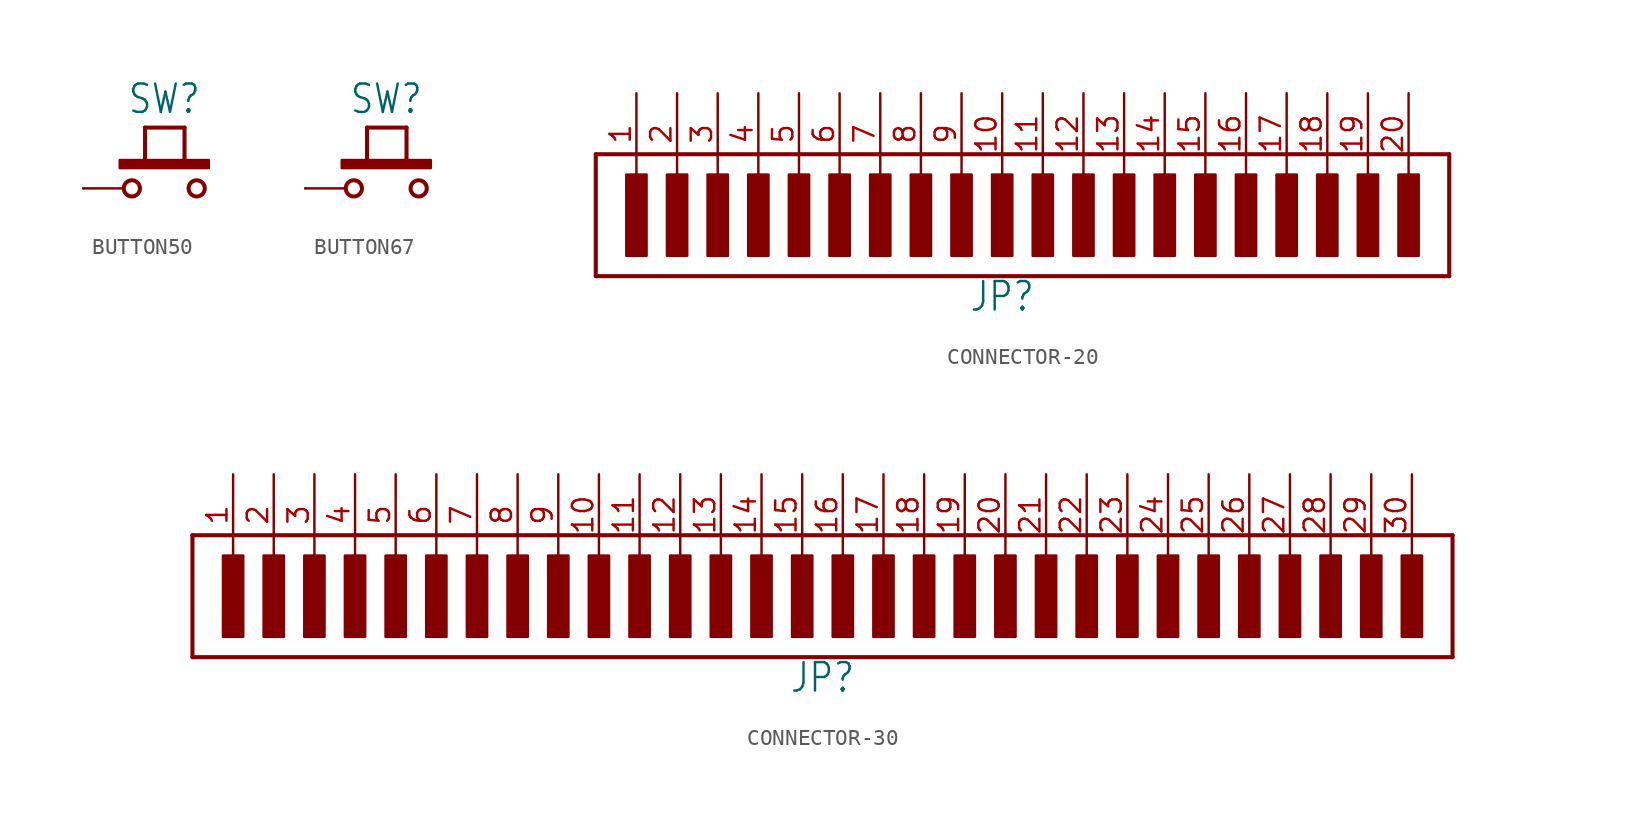
<source format=kicad_sym>
(kicad_symbol_lib
  (version 20231120)
  (generator "kicad_symbol_editor")
  (generator_version "8.0")
  (symbol "BUTTON50"
    (property "Reference" "SW"
      (at 0 4.572 0)
      (effects (font (size 1.778 1.511)) (justify bottom)))
    (property "Value" ""
      (at 0 -1.27 0)
      (effects (font (size 1.778 1.511)) (justify top)))
    (property "ki_locked" ""
      (at 0 0 0)
      (effects (font (size 1.27 1.27))))
    (symbol "BUTTON50_1_0"
      (rectangle (start -2.794 1.27) (end 2.794 1.778) (stroke (width 0) (type default)) (fill (type outline)))
      (circle (center -2.032 0) (radius 0.508) (stroke (width 0.254) (type solid)) (fill (type none)))
      (polyline (pts (xy -5.08 0) (xy -2.54 0)) (stroke (width 0.152) (type solid)) (fill (type none)))
      (polyline (pts (xy -1.206 1.524) (xy -1.206 3.81)) (stroke (width 0.254) (type solid)) (fill (type none)))
      (polyline (pts (xy -1.206 3.81) (xy 1.27 3.81)) (stroke (width 0.254) (type solid)) (fill (type none)))
      (polyline (pts (xy 1.27 3.81) (xy 1.27 1.524)) (stroke (width 0.254) (type solid)) (fill (type none)))
      (circle (center 2.032 0) (radius 0.508) (stroke (width 0.254) (type solid)) (fill (type none)))
      (pin passive line (at -5.08 0 0) (length 0) (name "1" (effects (font (size 0 0)))) (number "T" (effects (font (size 0 0)))))))
  (symbol "BUTTON67"
    (property "Reference" "SW"
      (at 0 4.572 0)
      (effects (font (size 1.778 1.511)) (justify bottom)))
    (property "Value" ""
      (at 0 -1.27 0)
      (effects (font (size 1.778 1.511)) (justify top)))
    (property "ki_locked" ""
      (at 0 0 0)
      (effects (font (size 1.27 1.27))))
    (symbol "BUTTON67_1_0"
      (rectangle (start -2.794 1.27) (end 2.794 1.778) (stroke (width 0) (type default)) (fill (type outline)))
      (circle (center -2.032 0) (radius 0.508) (stroke (width 0.254) (type solid)) (fill (type none)))
      (polyline (pts (xy -5.08 0) (xy -2.54 0)) (stroke (width 0.152) (type solid)) (fill (type none)))
      (polyline (pts (xy -1.206 1.524) (xy -1.206 3.81)) (stroke (width 0.254) (type solid)) (fill (type none)))
      (polyline (pts (xy -1.206 3.81) (xy 1.27 3.81)) (stroke (width 0.254) (type solid)) (fill (type none)))
      (polyline (pts (xy 1.27 3.81) (xy 1.27 1.524)) (stroke (width 0.254) (type solid)) (fill (type none)))
      (circle (center 2.032 0) (radius 0.508) (stroke (width 0.254) (type solid)) (fill (type none)))
      (pin passive line (at -5.08 0 0) (length 0) (name "1" (effects (font (size 0 0)))) (number "T" (effects (font (size 0 0)))))))
  (symbol "CONNECTOR-20"
    (property "Reference" "JP"
      (at 0 -5.08 0)
      (effects (font (size 1.778 1.511))))
    (property "ki_locked" ""
      (at 0 0 0)
      (effects (font (size 1.27 1.27))))
    (symbol "CONNECTOR-20_1_0"
      (rectangle (start -23.495 -2.54) (end -22.225 2.54) (stroke (width 0) (type default)) (fill (type outline)))
      (rectangle (start -20.955 -2.54) (end -19.685 2.54) (stroke (width 0) (type default)) (fill (type outline)))
      (rectangle (start -18.415 -2.54) (end -17.145 2.54) (stroke (width 0) (type default)) (fill (type outline)))
      (rectangle (start -15.875 -2.54) (end -14.605 2.54) (stroke (width 0) (type default)) (fill (type outline)))
      (rectangle (start -13.335 -2.54) (end -12.065 2.54) (stroke (width 0) (type default)) (fill (type outline)))
      (rectangle (start -10.795 -2.54) (end -9.525 2.54) (stroke (width 0) (type default)) (fill (type outline)))
      (rectangle (start -8.255 -2.54) (end -6.985 2.54) (stroke (width 0) (type default)) (fill (type outline)))
      (rectangle (start -5.715 -2.54) (end -4.445 2.54) (stroke (width 0) (type default)) (fill (type outline)))
      (rectangle (start -3.175 -2.54) (end -1.905 2.54) (stroke (width 0) (type default)) (fill (type outline)))
      (rectangle (start -0.635 -2.54) (end 0.635 2.54) (stroke (width 0) (type default)) (fill (type outline)))
      (polyline (pts (xy -25.4 -3.81) (xy -25.4 3.81)) (stroke (width 0.254) (type solid)) (fill (type none)))
      (polyline (pts (xy -25.4 3.81) (xy 27.94 3.81)) (stroke (width 0.254) (type solid)) (fill (type none)))
      (polyline (pts (xy 27.94 -3.81) (xy -25.4 -3.81)) (stroke (width 0.254) (type solid)) (fill (type none)))
      (polyline (pts (xy 27.94 3.81) (xy 27.94 -3.81)) (stroke (width 0.254) (type solid)) (fill (type none)))
      (rectangle (start 1.905 -2.54) (end 3.175 2.54) (stroke (width 0) (type default)) (fill (type outline)))
      (rectangle (start 4.445 -2.54) (end 5.715 2.54) (stroke (width 0) (type default)) (fill (type outline)))
      (rectangle (start 6.985 -2.54) (end 8.255 2.54) (stroke (width 0) (type default)) (fill (type outline)))
      (rectangle (start 9.525 -2.54) (end 10.795 2.54) (stroke (width 0) (type default)) (fill (type outline)))
      (rectangle (start 12.065 -2.54) (end 13.335 2.54) (stroke (width 0) (type default)) (fill (type outline)))
      (rectangle (start 14.605 -2.54) (end 15.875 2.54) (stroke (width 0) (type default)) (fill (type outline)))
      (rectangle (start 17.145 -2.54) (end 18.415 2.54) (stroke (width 0) (type default)) (fill (type outline)))
      (rectangle (start 19.685 -2.54) (end 20.955 2.54) (stroke (width 0) (type default)) (fill (type outline)))
      (rectangle (start 22.225 -2.54) (end 23.495 2.54) (stroke (width 0) (type default)) (fill (type outline)))
      (rectangle (start 24.765 -2.54) (end 26.035 2.54) (stroke (width 0) (type default)) (fill (type outline)))
      (pin passive line (at -22.86 7.62 270) (length 5.08) (name "1" (effects (font (size 0 0)))) (number "1" (effects (font (size 1.27 1.27)))))
      (pin passive line (at 0 7.62 270) (length 5.08) (name "10" (effects (font (size 0 0)))) (number "10" (effects (font (size 1.27 1.27)))))
      (pin passive line (at 2.54 7.62 270) (length 5.08) (name "11" (effects (font (size 0 0)))) (number "11" (effects (font (size 1.27 1.27)))))
      (pin passive line (at 5.08 7.62 270) (length 5.08) (name "12" (effects (font (size 0 0)))) (number "12" (effects (font (size 1.27 1.27)))))
      (pin passive line (at 7.62 7.62 270) (length 5.08) (name "13" (effects (font (size 0 0)))) (number "13" (effects (font (size 1.27 1.27)))))
      (pin passive line (at 10.16 7.62 270) (length 5.08) (name "14" (effects (font (size 0 0)))) (number "14" (effects (font (size 1.27 1.27)))))
      (pin passive line (at 12.7 7.62 270) (length 5.08) (name "15" (effects (font (size 0 0)))) (number "15" (effects (font (size 1.27 1.27)))))
      (pin passive line (at 15.24 7.62 270) (length 5.08) (name "16" (effects (font (size 0 0)))) (number "16" (effects (font (size 1.27 1.27)))))
      (pin passive line (at 17.78 7.62 270) (length 5.08) (name "17" (effects (font (size 0 0)))) (number "17" (effects (font (size 1.27 1.27)))))
      (pin passive line (at 20.32 7.62 270) (length 5.08) (name "18" (effects (font (size 0 0)))) (number "18" (effects (font (size 1.27 1.27)))))
      (pin passive line (at 22.86 7.62 270) (length 5.08) (name "19" (effects (font (size 0 0)))) (number "19" (effects (font (size 1.27 1.27)))))
      (pin passive line (at -20.32 7.62 270) (length 5.08) (name "2" (effects (font (size 0 0)))) (number "2" (effects (font (size 1.27 1.27)))))
      (pin passive line (at 25.4 7.62 270) (length 5.08) (name "20" (effects (font (size 0 0)))) (number "20" (effects (font (size 1.27 1.27)))))
      (pin passive line (at -17.78 7.62 270) (length 5.08) (name "3" (effects (font (size 0 0)))) (number "3" (effects (font (size 1.27 1.27)))))
      (pin passive line (at -15.24 7.62 270) (length 5.08) (name "4" (effects (font (size 0 0)))) (number "4" (effects (font (size 1.27 1.27)))))
      (pin passive line (at -12.7 7.62 270) (length 5.08) (name "5" (effects (font (size 0 0)))) (number "5" (effects (font (size 1.27 1.27)))))
      (pin passive line (at -10.16 7.62 270) (length 5.08) (name "6" (effects (font (size 0 0)))) (number "6" (effects (font (size 1.27 1.27)))))
      (pin passive line (at -7.62 7.62 270) (length 5.08) (name "7" (effects (font (size 0 0)))) (number "7" (effects (font (size 1.27 1.27)))))
      (pin passive line (at -5.08 7.62 270) (length 5.08) (name "8" (effects (font (size 0 0)))) (number "8" (effects (font (size 1.27 1.27)))))
      (pin passive line (at -2.54 7.62 270) (length 5.08) (name "9" (effects (font (size 0 0)))) (number "9" (effects (font (size 1.27 1.27)))))))
  (symbol "CONNECTOR-30"
    (property "Reference" "JP"
      (at 1.27 -5.08 0)
      (effects (font (size 1.778 1.511))))
    (property "ki_locked" ""
      (at 0 0 0)
      (effects (font (size 1.27 1.27))))
    (symbol "CONNECTOR-30_1_0"
      (rectangle (start -36.195 -2.54) (end -34.925 2.54) (stroke (width 0) (type default)) (fill (type outline)))
      (rectangle (start -33.655 -2.54) (end -32.385 2.54) (stroke (width 0) (type default)) (fill (type outline)))
      (rectangle (start -31.115 -2.54) (end -29.845 2.54) (stroke (width 0) (type default)) (fill (type outline)))
      (rectangle (start -28.575 -2.54) (end -27.305 2.54) (stroke (width 0) (type default)) (fill (type outline)))
      (rectangle (start -26.035 -2.54) (end -24.765 2.54) (stroke (width 0) (type default)) (fill (type outline)))
      (rectangle (start -23.495 -2.54) (end -22.225 2.54) (stroke (width 0) (type default)) (fill (type outline)))
      (rectangle (start -20.955 -2.54) (end -19.685 2.54) (stroke (width 0) (type default)) (fill (type outline)))
      (rectangle (start -18.415 -2.54) (end -17.145 2.54) (stroke (width 0) (type default)) (fill (type outline)))
      (rectangle (start -15.875 -2.54) (end -14.605 2.54) (stroke (width 0) (type default)) (fill (type outline)))
      (rectangle (start -13.335 -2.54) (end -12.065 2.54) (stroke (width 0) (type default)) (fill (type outline)))
      (rectangle (start -10.795 -2.54) (end -9.525 2.54) (stroke (width 0) (type default)) (fill (type outline)))
      (rectangle (start -8.255 -2.54) (end -6.985 2.54) (stroke (width 0) (type default)) (fill (type outline)))
      (rectangle (start -5.715 -2.54) (end -4.445 2.54) (stroke (width 0) (type default)) (fill (type outline)))
      (rectangle (start -3.175 -2.54) (end -1.905 2.54) (stroke (width 0) (type default)) (fill (type outline)))
      (rectangle (start -0.635 -2.54) (end 0.635 2.54) (stroke (width 0) (type default)) (fill (type outline)))
      (polyline (pts (xy -38.1 -3.81) (xy -38.1 3.81)) (stroke (width 0.254) (type solid)) (fill (type none)))
      (polyline (pts (xy -38.1 3.81) (xy 40.64 3.81)) (stroke (width 0.254) (type solid)) (fill (type none)))
      (polyline (pts (xy 40.64 -3.81) (xy -38.1 -3.81)) (stroke (width 0.254) (type solid)) (fill (type none)))
      (polyline (pts (xy 40.64 3.81) (xy 40.64 -3.81)) (stroke (width 0.254) (type solid)) (fill (type none)))
      (rectangle (start 1.905 -2.54) (end 3.175 2.54) (stroke (width 0) (type default)) (fill (type outline)))
      (rectangle (start 4.445 -2.54) (end 5.715 2.54) (stroke (width 0) (type default)) (fill (type outline)))
      (rectangle (start 6.985 -2.54) (end 8.255 2.54) (stroke (width 0) (type default)) (fill (type outline)))
      (rectangle (start 9.525 -2.54) (end 10.795 2.54) (stroke (width 0) (type default)) (fill (type outline)))
      (rectangle (start 12.065 -2.54) (end 13.335 2.54) (stroke (width 0) (type default)) (fill (type outline)))
      (rectangle (start 14.605 -2.54) (end 15.875 2.54) (stroke (width 0) (type default)) (fill (type outline)))
      (rectangle (start 17.145 -2.54) (end 18.415 2.54) (stroke (width 0) (type default)) (fill (type outline)))
      (rectangle (start 19.685 -2.54) (end 20.955 2.54) (stroke (width 0) (type default)) (fill (type outline)))
      (rectangle (start 22.225 -2.54) (end 23.495 2.54) (stroke (width 0) (type default)) (fill (type outline)))
      (rectangle (start 24.765 -2.54) (end 26.035 2.54) (stroke (width 0) (type default)) (fill (type outline)))
      (rectangle (start 27.305 -2.54) (end 28.575 2.54) (stroke (width 0) (type default)) (fill (type outline)))
      (rectangle (start 29.845 -2.54) (end 31.115 2.54) (stroke (width 0) (type default)) (fill (type outline)))
      (rectangle (start 32.385 -2.54) (end 33.655 2.54) (stroke (width 0) (type default)) (fill (type outline)))
      (rectangle (start 34.925 -2.54) (end 36.195 2.54) (stroke (width 0) (type default)) (fill (type outline)))
      (rectangle (start 37.465 -2.54) (end 38.735 2.54) (stroke (width 0) (type default)) (fill (type outline)))
      (pin passive line (at -35.56 7.62 270) (length 5.08) (name "1" (effects (font (size 0 0)))) (number "1" (effects (font (size 1.27 1.27)))))
      (pin passive line (at -12.7 7.62 270) (length 5.08) (name "10" (effects (font (size 0 0)))) (number "10" (effects (font (size 1.27 1.27)))))
      (pin passive line (at -10.16 7.62 270) (length 5.08) (name "11" (effects (font (size 0 0)))) (number "11" (effects (font (size 1.27 1.27)))))
      (pin passive line (at -7.62 7.62 270) (length 5.08) (name "12" (effects (font (size 0 0)))) (number "12" (effects (font (size 1.27 1.27)))))
      (pin passive line (at -5.08 7.62 270) (length 5.08) (name "13" (effects (font (size 0 0)))) (number "13" (effects (font (size 1.27 1.27)))))
      (pin passive line (at -2.54 7.62 270) (length 5.08) (name "14" (effects (font (size 0 0)))) (number "14" (effects (font (size 1.27 1.27)))))
      (pin passive line (at 0 7.62 270) (length 5.08) (name "15" (effects (font (size 0 0)))) (number "15" (effects (font (size 1.27 1.27)))))
      (pin passive line (at 2.54 7.62 270) (length 5.08) (name "16" (effects (font (size 0 0)))) (number "16" (effects (font (size 1.27 1.27)))))
      (pin passive line (at 5.08 7.62 270) (length 5.08) (name "17" (effects (font (size 0 0)))) (number "17" (effects (font (size 1.27 1.27)))))
      (pin passive line (at 7.62 7.62 270) (length 5.08) (name "18" (effects (font (size 0 0)))) (number "18" (effects (font (size 1.27 1.27)))))
      (pin passive line (at 10.16 7.62 270) (length 5.08) (name "19" (effects (font (size 0 0)))) (number "19" (effects (font (size 1.27 1.27)))))
      (pin passive line (at -33.02 7.62 270) (length 5.08) (name "2" (effects (font (size 0 0)))) (number "2" (effects (font (size 1.27 1.27)))))
      (pin passive line (at 12.7 7.62 270) (length 5.08) (name "20" (effects (font (size 0 0)))) (number "20" (effects (font (size 1.27 1.27)))))
      (pin passive line (at 15.24 7.62 270) (length 5.08) (name "21" (effects (font (size 0 0)))) (number "21" (effects (font (size 1.27 1.27)))))
      (pin passive line (at 17.78 7.62 270) (length 5.08) (name "22" (effects (font (size 0 0)))) (number "22" (effects (font (size 1.27 1.27)))))
      (pin passive line (at 20.32 7.62 270) (length 5.08) (name "23" (effects (font (size 0 0)))) (number "23" (effects (font (size 1.27 1.27)))))
      (pin passive line (at 22.86 7.62 270) (length 5.08) (name "24" (effects (font (size 0 0)))) (number "24" (effects (font (size 1.27 1.27)))))
      (pin passive line (at 25.4 7.62 270) (length 5.08) (name "25" (effects (font (size 0 0)))) (number "25" (effects (font (size 1.27 1.27)))))
      (pin passive line (at 27.94 7.62 270) (length 5.08) (name "26" (effects (font (size 0 0)))) (number "26" (effects (font (size 1.27 1.27)))))
      (pin passive line (at 30.48 7.62 270) (length 5.08) (name "27" (effects (font (size 0 0)))) (number "27" (effects (font (size 1.27 1.27)))))
      (pin passive line (at 33.02 7.62 270) (length 5.08) (name "28" (effects (font (size 0 0)))) (number "28" (effects (font (size 1.27 1.27)))))
      (pin passive line (at 35.56 7.62 270) (length 5.08) (name "29" (effects (font (size 0 0)))) (number "29" (effects (font (size 1.27 1.27)))))
      (pin passive line (at -30.48 7.62 270) (length 5.08) (name "3" (effects (font (size 0 0)))) (number "3" (effects (font (size 1.27 1.27)))))
      (pin passive line (at 38.1 7.62 270) (length 5.08) (name "30" (effects (font (size 0 0)))) (number "30" (effects (font (size 1.27 1.27)))))
      (pin passive line (at -27.94 7.62 270) (length 5.08) (name "4" (effects (font (size 0 0)))) (number "4" (effects (font (size 1.27 1.27)))))
      (pin passive line (at -25.4 7.62 270) (length 5.08) (name "5" (effects (font (size 0 0)))) (number "5" (effects (font (size 1.27 1.27)))))
      (pin passive line (at -22.86 7.62 270) (length 5.08) (name "6" (effects (font (size 0 0)))) (number "6" (effects (font (size 1.27 1.27)))))
      (pin passive line (at -20.32 7.62 270) (length 5.08) (name "7" (effects (font (size 0 0)))) (number "7" (effects (font (size 1.27 1.27)))))
      (pin passive line (at -17.78 7.62 270) (length 5.08) (name "8" (effects (font (size 0 0)))) (number "8" (effects (font (size 1.27 1.27)))))
      (pin passive line (at -15.24 7.62 270) (length 5.08) (name "9" (effects (font (size 0 0)))) (number "9" (effects (font (size 1.27 1.27))))))))
</source>
